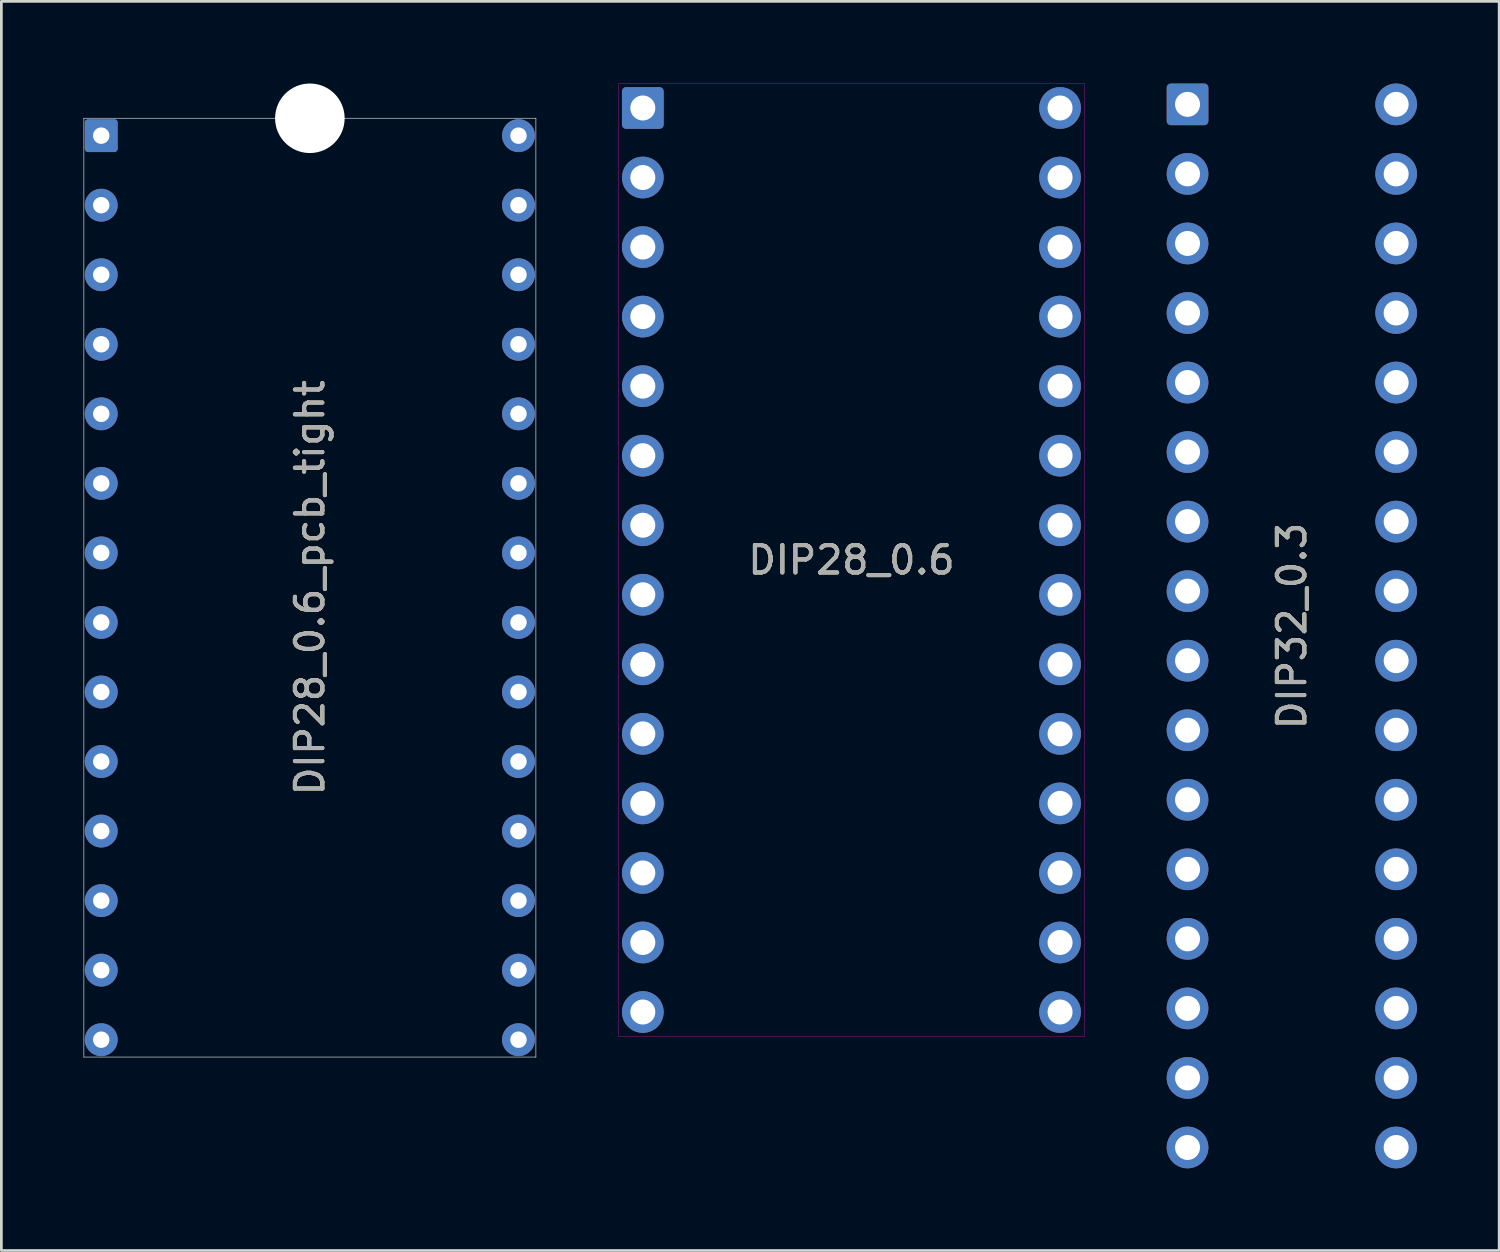
<source format=kicad_pcb>
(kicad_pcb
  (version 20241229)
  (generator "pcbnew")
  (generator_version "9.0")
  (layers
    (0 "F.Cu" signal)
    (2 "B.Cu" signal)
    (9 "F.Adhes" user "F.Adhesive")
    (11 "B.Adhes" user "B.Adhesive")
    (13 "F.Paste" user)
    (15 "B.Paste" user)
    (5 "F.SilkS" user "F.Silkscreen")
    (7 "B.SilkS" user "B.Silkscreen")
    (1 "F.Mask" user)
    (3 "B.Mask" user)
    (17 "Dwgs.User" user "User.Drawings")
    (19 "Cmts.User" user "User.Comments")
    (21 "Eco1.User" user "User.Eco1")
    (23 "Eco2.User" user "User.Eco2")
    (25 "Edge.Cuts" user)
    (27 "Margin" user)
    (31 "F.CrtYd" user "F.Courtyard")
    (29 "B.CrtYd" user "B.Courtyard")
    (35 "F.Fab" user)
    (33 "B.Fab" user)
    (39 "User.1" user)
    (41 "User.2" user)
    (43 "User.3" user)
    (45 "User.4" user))
  (footprint "DIP32_0.3"
    (layer "F.Cu")
    (at 44.135 19.812)
    (property "Reference" "DIP32_0.3" (at 0 0 270) (layer "F.SilkS") (effects (font (size 1 1) (thickness 0.15))))
    (attr through_hole)
    (fp_text user "${REFERENCE}" (at 0 0 270) (layer "F.Fab") (effects (font (size 1 1) (thickness 0.15))))
    (pad "1" thru_hole roundrect (at -3.81 -19.05) (size 1.524 1.524) (drill 0.914) (layers "*.Cu" "*.Mask") (roundrect_rratio 0.1))
    (pad "2" thru_hole circle (at -3.81 -16.51) (size 1.524 1.524) (drill 0.914) (layers "*.Cu" "*.Mask"))
    (pad "3" thru_hole circle (at -3.81 -13.97) (size 1.524 1.524) (drill 0.914) (layers "*.Cu" "*.Mask"))
    (pad "4" thru_hole circle (at -3.81 -11.43) (size 1.524 1.524) (drill 0.914) (layers "*.Cu" "*.Mask"))
    (pad "5" thru_hole circle (at -3.81 -8.89) (size 1.524 1.524) (drill 0.914) (layers "*.Cu" "*.Mask"))
    (pad "6" thru_hole circle (at -3.81 -6.35) (size 1.524 1.524) (drill 0.914) (layers "*.Cu" "*.Mask"))
    (pad "7" thru_hole circle (at -3.81 -3.81) (size 1.524 1.524) (drill 0.914) (layers "*.Cu" "*.Mask"))
    (pad "8" thru_hole circle (at -3.81 -1.27) (size 1.524 1.524) (drill 0.914) (layers "*.Cu" "*.Mask"))
    (pad "9" thru_hole circle (at -3.81 1.27) (size 1.524 1.524) (drill 0.914) (layers "*.Cu" "*.Mask"))
    (pad "10" thru_hole circle (at -3.81 3.81) (size 1.524 1.524) (drill 0.914) (layers "*.Cu" "*.Mask"))
    (pad "11" thru_hole circle (at -3.81 6.35) (size 1.524 1.524) (drill 0.914) (layers "*.Cu" "*.Mask"))
    (pad "12" thru_hole circle (at -3.81 8.89) (size 1.524 1.524) (drill 0.914) (layers "*.Cu" "*.Mask"))
    (pad "13" thru_hole circle (at -3.81 11.43) (size 1.524 1.524) (drill 0.914) (layers "*.Cu" "*.Mask"))
    (pad "14" thru_hole circle (at -3.81 13.97) (size 1.524 1.524) (drill 0.914) (layers "*.Cu" "*.Mask"))
    (pad "15" thru_hole circle (at -3.81 16.51) (size 1.524 1.524) (drill 0.914) (layers "*.Cu" "*.Mask"))
    (pad "16" thru_hole circle (at -3.81 19.05) (size 1.524 1.524) (drill 0.914) (layers "*.Cu" "*.Mask"))
    (pad "17" thru_hole circle (at 3.81 19.05) (size 1.524 1.524) (drill 0.914) (layers "*.Cu" "*.Mask"))
    (pad "18" thru_hole circle (at 3.81 16.51) (size 1.524 1.524) (drill 0.914) (layers "*.Cu" "*.Mask"))
    (pad "19" thru_hole circle (at 3.81 13.97) (size 1.524 1.524) (drill 0.914) (layers "*.Cu" "*.Mask"))
    (pad "20" thru_hole circle (at 3.81 11.43) (size 1.524 1.524) (drill 0.914) (layers "*.Cu" "*.Mask"))
    (pad "21" thru_hole circle (at 3.81 8.89) (size 1.524 1.524) (drill 0.914) (layers "*.Cu" "*.Mask"))
    (pad "22" thru_hole circle (at 3.81 6.35) (size 1.524 1.524) (drill 0.914) (layers "*.Cu" "*.Mask"))
    (pad "23" thru_hole circle (at 3.81 3.81) (size 1.524 1.524) (drill 0.914) (layers "*.Cu" "*.Mask"))
    (pad "24" thru_hole circle (at 3.81 1.27) (size 1.524 1.524) (drill 0.914) (layers "*.Cu" "*.Mask"))
    (pad "25" thru_hole circle (at 3.81 -1.27) (size 1.524 1.524) (drill 0.914) (layers "*.Cu" "*.Mask"))
    (pad "26" thru_hole circle (at 3.81 -3.81) (size 1.524 1.524) (drill 0.914) (layers "*.Cu" "*.Mask"))
    (pad "27" thru_hole circle (at 3.81 -6.35) (size 1.524 1.524) (drill 0.914) (layers "*.Cu" "*.Mask"))
    (pad "28" thru_hole circle (at 3.81 -8.89) (size 1.524 1.524) (drill 0.914) (layers "*.Cu" "*.Mask"))
    (pad "29" thru_hole circle (at 3.81 -11.43) (size 1.524 1.524) (drill 0.914) (layers "*.Cu" "*.Mask"))
    (pad "30" thru_hole circle (at 3.81 -13.97) (size 1.524 1.524) (drill 0.914) (layers "*.Cu" "*.Mask"))
    (pad "31" thru_hole circle (at 3.81 -16.51) (size 1.524 1.524) (drill 0.914) (layers "*.Cu" "*.Mask"))
    (pad "32" thru_hole circle (at 3.81 -19.05) (size 1.524 1.524) (drill 0.914) (layers "*.Cu" "*.Mask")))
  (footprint "DIP28_0.6_pcb_tight"
    (layer "F.Cu")
    (at 8.268 18.415)
    (property "Reference" "DIP28_0.6_pcb_tight" (at 0 0 270) (layer "F.SilkS") (effects (font (size 1 1) (thickness 0.15))))
    (attr through_hole)
    (fp_line (start -8.255 -17.145) (end 8.255 -17.145) (stroke (width 0.025) (type solid)) (layer "Edge.Cuts"))
    (fp_line (start -8.255 17.145) (end -8.255 -17.145) (stroke (width 0.025) (type solid)) (layer "Edge.Cuts"))
    (fp_line (start 8.255 -17.145) (end 8.255 17.145) (stroke (width 0.025) (type solid)) (layer "Edge.Cuts"))
    (fp_line (start 8.255 17.145) (end -8.255 17.145) (stroke (width 0.025) (type solid)) (layer "Edge.Cuts"))
    (fp_text user "${REFERENCE}" (at 0 0 270) (layer "F.Fab") (effects (font (size 1 1) (thickness 0.15))))
    (pad "" np_thru_hole circle (at 0 -17.145) (size 2.54 2.54) (drill 2.54) (layers "*.Cu" "*.Mask"))
    (pad "1" thru_hole roundrect (at -7.62 -16.51) (size 1.2 1.2) (drill 0.6) (layers "*.Cu" "*.Mask") (roundrect_rratio 0.1))
    (pad "2" thru_hole circle (at -7.62 -13.97) (size 1.2 1.2) (drill 0.6) (layers "*.Cu" "*.Mask"))
    (pad "3" thru_hole circle (at -7.62 -11.43) (size 1.2 1.2) (drill 0.6) (layers "*.Cu" "*.Mask"))
    (pad "4" thru_hole circle (at -7.62 -8.89) (size 1.2 1.2) (drill 0.6) (layers "*.Cu" "*.Mask"))
    (pad "5" thru_hole circle (at -7.62 -6.35) (size 1.2 1.2) (drill 0.6) (layers "*.Cu" "*.Mask"))
    (pad "6" thru_hole circle (at -7.62 -3.81) (size 1.2 1.2) (drill 0.6) (layers "*.Cu" "*.Mask"))
    (pad "7" thru_hole circle (at -7.62 -1.27) (size 1.2 1.2) (drill 0.6) (layers "*.Cu" "*.Mask"))
    (pad "8" thru_hole circle (at -7.62 1.27) (size 1.2 1.2) (drill 0.6) (layers "*.Cu" "*.Mask"))
    (pad "9" thru_hole circle (at -7.62 3.81) (size 1.2 1.2) (drill 0.6) (layers "*.Cu" "*.Mask"))
    (pad "10" thru_hole circle (at -7.62 6.35) (size 1.2 1.2) (drill 0.6) (layers "*.Cu" "*.Mask"))
    (pad "11" thru_hole circle (at -7.62 8.89) (size 1.2 1.2) (drill 0.6) (layers "*.Cu" "*.Mask"))
    (pad "12" thru_hole circle (at -7.62 11.43) (size 1.2 1.2) (drill 0.6) (layers "*.Cu" "*.Mask"))
    (pad "13" thru_hole circle (at -7.62 13.97) (size 1.2 1.2) (drill 0.6) (layers "*.Cu" "*.Mask"))
    (pad "14" thru_hole circle (at -7.62 16.51) (size 1.2 1.2) (drill 0.6) (layers "*.Cu" "*.Mask"))
    (pad "15" thru_hole circle (at 7.62 16.51) (size 1.2 1.2) (drill 0.6) (layers "*.Cu" "*.Mask"))
    (pad "16" thru_hole circle (at 7.62 13.97) (size 1.2 1.2) (drill 0.6) (layers "*.Cu" "*.Mask"))
    (pad "17" thru_hole circle (at 7.62 11.43) (size 1.2 1.2) (drill 0.6) (layers "*.Cu" "*.Mask"))
    (pad "18" thru_hole circle (at 7.62 8.89) (size 1.2 1.2) (drill 0.6) (layers "*.Cu" "*.Mask"))
    (pad "19" thru_hole circle (at 7.62 6.35) (size 1.2 1.2) (drill 0.6) (layers "*.Cu" "*.Mask"))
    (pad "20" thru_hole circle (at 7.62 3.81) (size 1.2 1.2) (drill 0.6) (layers "*.Cu" "*.Mask"))
    (pad "21" thru_hole circle (at 7.62 1.27) (size 1.2 1.2) (drill 0.6) (layers "*.Cu" "*.Mask"))
    (pad "22" thru_hole circle (at 7.62 -1.27) (size 1.2 1.2) (drill 0.6) (layers "*.Cu" "*.Mask"))
    (pad "23" thru_hole circle (at 7.62 -3.81) (size 1.2 1.2) (drill 0.6) (layers "*.Cu" "*.Mask"))
    (pad "24" thru_hole circle (at 7.62 -6.35) (size 1.2 1.2) (drill 0.6) (layers "*.Cu" "*.Mask"))
    (pad "25" thru_hole circle (at 7.62 -8.89) (size 1.2 1.2) (drill 0.6) (layers "*.Cu" "*.Mask"))
    (pad "26" thru_hole circle (at 7.62 -11.43) (size 1.2 1.2) (drill 0.6) (layers "*.Cu" "*.Mask"))
    (pad "27" thru_hole circle (at 7.62 -13.97) (size 1.2 1.2) (drill 0.6) (layers "*.Cu" "*.Mask"))
    (pad "28" thru_hole circle (at 7.62 -16.51) (size 1.2 1.2) (drill 0.6) (layers "*.Cu" "*.Mask")))
  (footprint "DIP28_0.6"
    (layer "F.Cu")
    (at 28.049 17.404)
    (property "Reference" "DIP28_0.6" (at 0 0 0) (layer "F.SilkS") (effects (font (size 1 1) (thickness 0.15))))
    (attr through_hole)
    (fp_line (start -8.509 -17.399) (end -8.509 17.399) (stroke (width 0.01) (type solid)) (layer "F.CrtYd"))
    (fp_line (start -8.509 17.399) (end 8.509 17.399) (stroke (width 0.01) (type solid)) (layer "F.CrtYd"))
    (fp_line (start 8.509 -17.399) (end -8.509 -17.399) (stroke (width 0.01) (type solid)) (layer "F.CrtYd"))
    (fp_line (start 8.509 17.399) (end 8.509 -17.399) (stroke (width 0.01) (type solid)) (layer "F.CrtYd"))
    (fp_text user "${REFERENCE}" (at 0 0 0) (layer "F.Fab") (effects (font (size 1 1) (thickness 0.15))))
    (pad "1" thru_hole roundrect (at -7.62 -16.51) (size 1.524 1.524) (drill 0.914) (layers "*.Cu" "*.Mask") (roundrect_rratio 0.1))
    (pad "2" thru_hole circle (at -7.62 -13.97) (size 1.524 1.524) (drill 0.914) (layers "*.Cu" "*.Mask"))
    (pad "3" thru_hole circle (at -7.62 -11.43) (size 1.524 1.524) (drill 0.914) (layers "*.Cu" "*.Mask"))
    (pad "4" thru_hole circle (at -7.62 -8.89) (size 1.524 1.524) (drill 0.914) (layers "*.Cu" "*.Mask"))
    (pad "5" thru_hole circle (at -7.62 -6.35) (size 1.524 1.524) (drill 0.914) (layers "*.Cu" "*.Mask"))
    (pad "6" thru_hole circle (at -7.62 -3.81) (size 1.524 1.524) (drill 0.914) (layers "*.Cu" "*.Mask"))
    (pad "7" thru_hole circle (at -7.62 -1.27) (size 1.524 1.524) (drill 0.914) (layers "*.Cu" "*.Mask"))
    (pad "8" thru_hole circle (at -7.62 1.27) (size 1.524 1.524) (drill 0.914) (layers "*.Cu" "*.Mask"))
    (pad "9" thru_hole circle (at -7.62 3.81) (size 1.524 1.524) (drill 0.914) (layers "*.Cu" "*.Mask"))
    (pad "10" thru_hole circle (at -7.62 6.35) (size 1.524 1.524) (drill 0.914) (layers "*.Cu" "*.Mask"))
    (pad "11" thru_hole circle (at -7.62 8.89) (size 1.524 1.524) (drill 0.914) (layers "*.Cu" "*.Mask"))
    (pad "12" thru_hole circle (at -7.62 11.43) (size 1.524 1.524) (drill 0.914) (layers "*.Cu" "*.Mask"))
    (pad "13" thru_hole circle (at -7.62 13.97) (size 1.524 1.524) (drill 0.914) (layers "*.Cu" "*.Mask"))
    (pad "14" thru_hole circle (at -7.62 16.51) (size 1.524 1.524) (drill 0.914) (layers "*.Cu" "*.Mask"))
    (pad "15" thru_hole circle (at 7.62 16.51) (size 1.524 1.524) (drill 0.914) (layers "*.Cu" "*.Mask"))
    (pad "16" thru_hole circle (at 7.62 13.97) (size 1.524 1.524) (drill 0.914) (layers "*.Cu" "*.Mask"))
    (pad "17" thru_hole circle (at 7.62 11.43) (size 1.524 1.524) (drill 0.914) (layers "*.Cu" "*.Mask"))
    (pad "18" thru_hole circle (at 7.62 8.89) (size 1.524 1.524) (drill 0.914) (layers "*.Cu" "*.Mask"))
    (pad "19" thru_hole circle (at 7.62 6.35) (size 1.524 1.524) (drill 0.914) (layers "*.Cu" "*.Mask"))
    (pad "20" thru_hole circle (at 7.62 3.81) (size 1.524 1.524) (drill 0.914) (layers "*.Cu" "*.Mask"))
    (pad "21" thru_hole circle (at 7.62 1.27) (size 1.524 1.524) (drill 0.914) (layers "*.Cu" "*.Mask"))
    (pad "22" thru_hole circle (at 7.62 -1.27) (size 1.524 1.524) (drill 0.914) (layers "*.Cu" "*.Mask"))
    (pad "23" thru_hole circle (at 7.62 -3.81) (size 1.524 1.524) (drill 0.914) (layers "*.Cu" "*.Mask"))
    (pad "24" thru_hole circle (at 7.62 -6.35) (size 1.524 1.524) (drill 0.914) (layers "*.Cu" "*.Mask"))
    (pad "25" thru_hole circle (at 7.62 -8.89) (size 1.524 1.524) (drill 0.914) (layers "*.Cu" "*.Mask"))
    (pad "26" thru_hole circle (at 7.62 -11.43) (size 1.524 1.524) (drill 0.914) (layers "*.Cu" "*.Mask"))
    (pad "27" thru_hole circle (at 7.62 -13.97) (size 1.524 1.524) (drill 0.914) (layers "*.Cu" "*.Mask"))
    (pad "28" thru_hole circle (at 7.62 -16.51) (size 1.524 1.524) (drill 0.914) (layers "*.Cu" "*.Mask")))
  (gr_rect
    (start -3 -3)
    (end 51.707 42.624)
    (stroke (width 0.1) (type default))
    (fill no)
    (layer "Edge.Cuts")))
</source>
